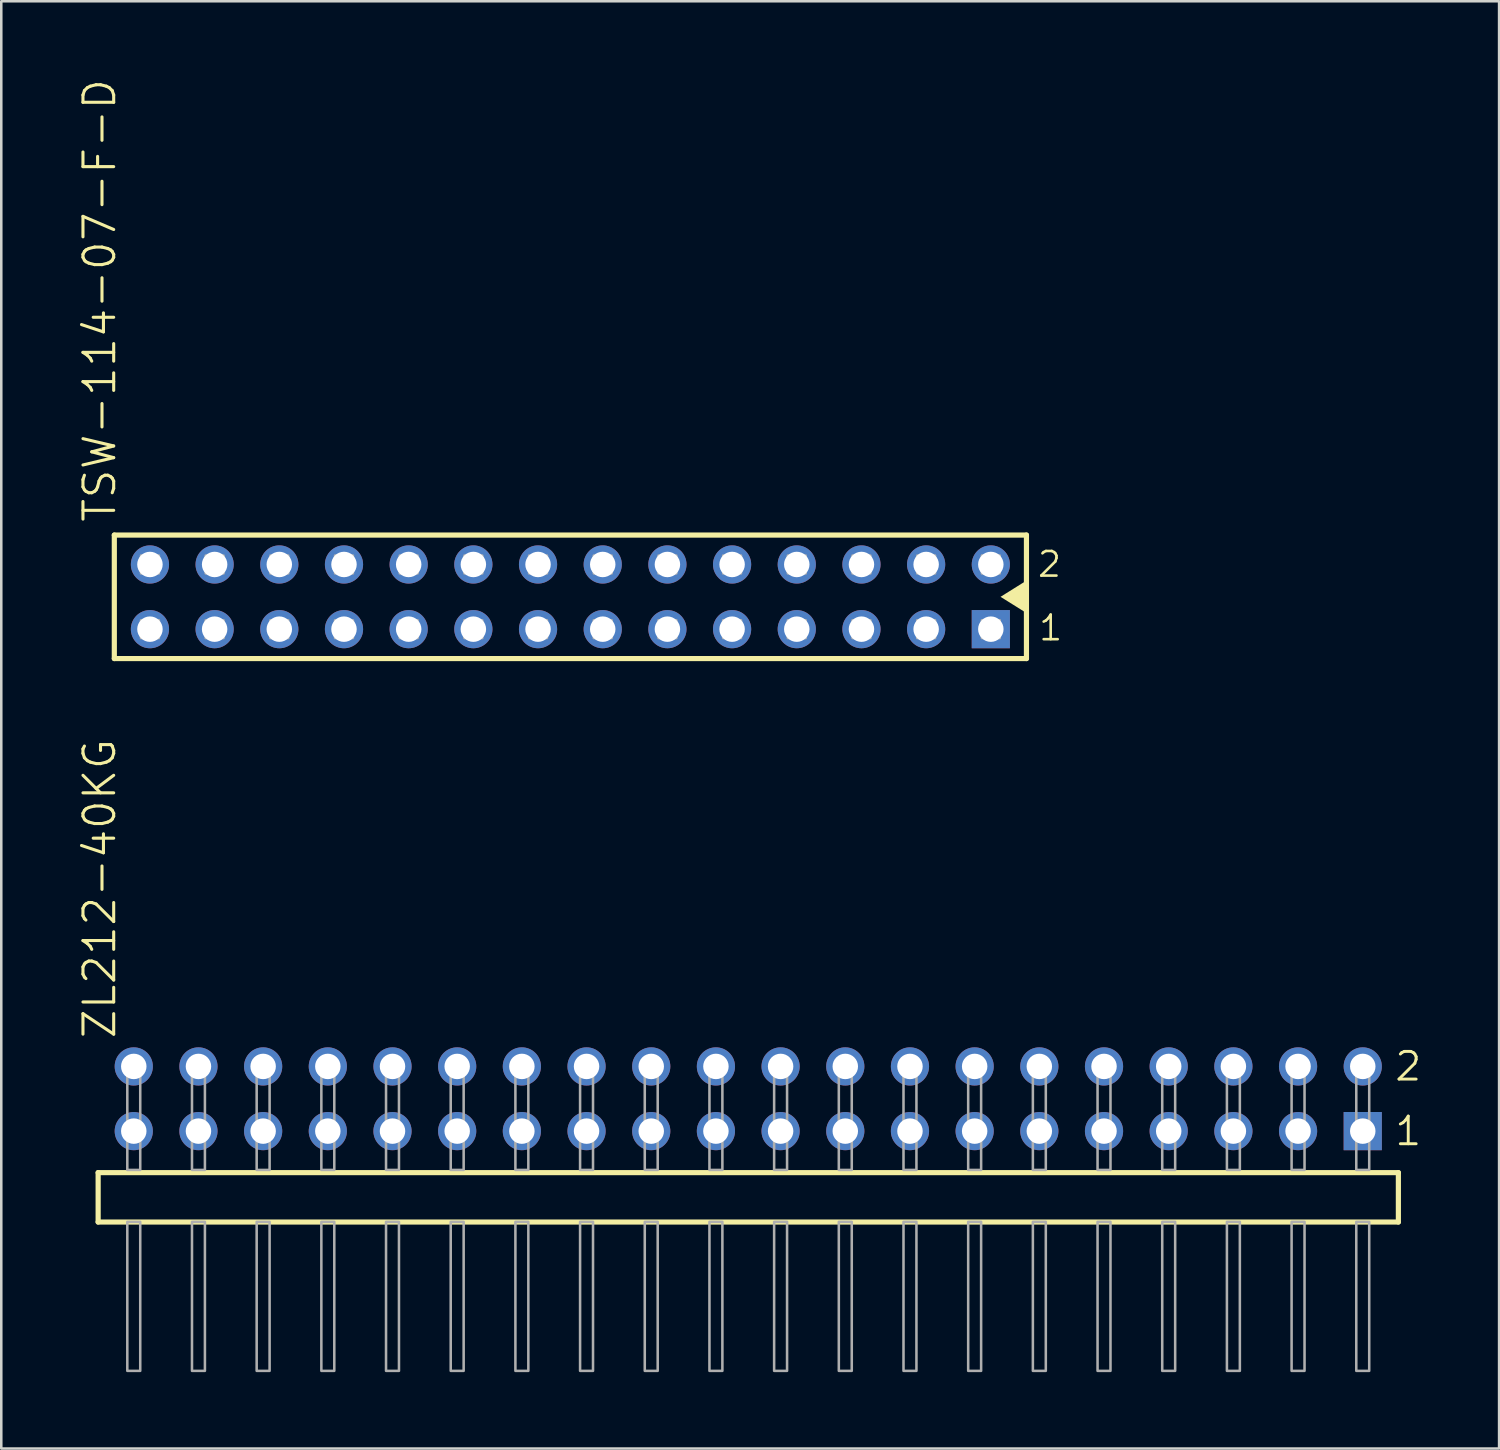
<source format=kicad_pcb>
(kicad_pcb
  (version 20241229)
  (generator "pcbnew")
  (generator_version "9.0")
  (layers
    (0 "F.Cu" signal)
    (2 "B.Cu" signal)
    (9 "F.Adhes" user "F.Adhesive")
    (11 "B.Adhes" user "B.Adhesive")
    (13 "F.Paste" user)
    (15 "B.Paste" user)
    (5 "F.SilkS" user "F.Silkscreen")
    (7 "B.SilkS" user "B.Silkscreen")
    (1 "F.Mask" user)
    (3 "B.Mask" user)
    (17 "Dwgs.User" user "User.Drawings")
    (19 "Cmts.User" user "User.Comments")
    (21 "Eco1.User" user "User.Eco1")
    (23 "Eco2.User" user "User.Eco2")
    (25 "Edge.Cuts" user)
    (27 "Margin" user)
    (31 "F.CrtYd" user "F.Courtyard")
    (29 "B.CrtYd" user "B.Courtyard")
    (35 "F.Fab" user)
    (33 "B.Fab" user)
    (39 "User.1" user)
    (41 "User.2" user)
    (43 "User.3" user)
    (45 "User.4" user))
  (footprint "ZL212-40KG"
    (layer "F.Cu")
    (at 2.203 41.367)
    (property "Reference" "ZL212-40KG" (at -0.635 -3.556 90) (layer "F.SilkS") (effects (font (size 1.206 1.206) (thickness 0.121)) (justify left bottom)))
    (attr through_hole)
    (fp_line (start -1.399 1.63) (end -1.399 3.57) (stroke (width 0.203) (type solid)) (layer "F.SilkS"))
    (fp_line (start -1.399 3.57) (end 49.659 3.57) (stroke (width 0.203) (type solid)) (layer "F.SilkS"))
    (fp_line (start 49.659 1.63) (end -1.399 1.63) (stroke (width 0.203) (type solid)) (layer "F.SilkS"))
    (fp_line (start 49.659 3.57) (end 49.659 1.63) (stroke (width 0.203) (type solid)) (layer "F.SilkS"))
    (fp_poly (pts (xy -0.254 1.524) (xy 0.254 1.524) (xy 0.254 -2.794) (xy -0.254 -2.794)) (stroke (width 0.1) (type solid)) (fill no) (layer "F.Fab"))
    (fp_poly (pts (xy -0.254 9.414) (xy 0.254 9.414) (xy 0.254 3.564) (xy -0.254 3.564)) (stroke (width 0.1) (type solid)) (fill no) (layer "F.Fab"))
    (fp_poly (pts (xy 2.286 1.524) (xy 2.794 1.524) (xy 2.794 -2.794) (xy 2.286 -2.794)) (stroke (width 0.1) (type solid)) (fill no) (layer "F.Fab"))
    (fp_poly (pts (xy 2.286 9.414) (xy 2.794 9.414) (xy 2.794 3.564) (xy 2.286 3.564)) (stroke (width 0.1) (type solid)) (fill no) (layer "F.Fab"))
    (fp_poly (pts (xy 4.826 1.524) (xy 5.334 1.524) (xy 5.334 -2.794) (xy 4.826 -2.794)) (stroke (width 0.1) (type solid)) (fill no) (layer "F.Fab"))
    (fp_poly (pts (xy 4.826 9.414) (xy 5.334 9.414) (xy 5.334 3.564) (xy 4.826 3.564)) (stroke (width 0.1) (type solid)) (fill no) (layer "F.Fab"))
    (fp_poly (pts (xy 7.366 1.524) (xy 7.874 1.524) (xy 7.874 -2.794) (xy 7.366 -2.794)) (stroke (width 0.1) (type solid)) (fill no) (layer "F.Fab"))
    (fp_poly (pts (xy 7.366 9.414) (xy 7.874 9.414) (xy 7.874 3.564) (xy 7.366 3.564)) (stroke (width 0.1) (type solid)) (fill no) (layer "F.Fab"))
    (fp_poly (pts (xy 9.906 1.524) (xy 10.414 1.524) (xy 10.414 -2.794) (xy 9.906 -2.794)) (stroke (width 0.1) (type solid)) (fill no) (layer "F.Fab"))
    (fp_poly (pts (xy 9.906 9.414) (xy 10.414 9.414) (xy 10.414 3.564) (xy 9.906 3.564)) (stroke (width 0.1) (type solid)) (fill no) (layer "F.Fab"))
    (fp_poly (pts (xy 12.446 1.524) (xy 12.954 1.524) (xy 12.954 -2.794) (xy 12.446 -2.794)) (stroke (width 0.1) (type solid)) (fill no) (layer "F.Fab"))
    (fp_poly (pts (xy 12.446 9.414) (xy 12.954 9.414) (xy 12.954 3.564) (xy 12.446 3.564)) (stroke (width 0.1) (type solid)) (fill no) (layer "F.Fab"))
    (fp_poly (pts (xy 14.986 1.524) (xy 15.494 1.524) (xy 15.494 -2.794) (xy 14.986 -2.794)) (stroke (width 0.1) (type solid)) (fill no) (layer "F.Fab"))
    (fp_poly (pts (xy 14.986 9.414) (xy 15.494 9.414) (xy 15.494 3.564) (xy 14.986 3.564)) (stroke (width 0.1) (type solid)) (fill no) (layer "F.Fab"))
    (fp_poly (pts (xy 17.526 1.524) (xy 18.034 1.524) (xy 18.034 -2.794) (xy 17.526 -2.794)) (stroke (width 0.1) (type solid)) (fill no) (layer "F.Fab"))
    (fp_poly (pts (xy 17.526 9.414) (xy 18.034 9.414) (xy 18.034 3.564) (xy 17.526 3.564)) (stroke (width 0.1) (type solid)) (fill no) (layer "F.Fab"))
    (fp_poly (pts (xy 20.066 1.524) (xy 20.574 1.524) (xy 20.574 -2.794) (xy 20.066 -2.794)) (stroke (width 0.1) (type solid)) (fill no) (layer "F.Fab"))
    (fp_poly (pts (xy 20.066 9.414) (xy 20.574 9.414) (xy 20.574 3.564) (xy 20.066 3.564)) (stroke (width 0.1) (type solid)) (fill no) (layer "F.Fab"))
    (fp_poly (pts (xy 22.606 1.524) (xy 23.114 1.524) (xy 23.114 -2.794) (xy 22.606 -2.794)) (stroke (width 0.1) (type solid)) (fill no) (layer "F.Fab"))
    (fp_poly (pts (xy 22.606 9.414) (xy 23.114 9.414) (xy 23.114 3.564) (xy 22.606 3.564)) (stroke (width 0.1) (type solid)) (fill no) (layer "F.Fab"))
    (fp_poly (pts (xy 25.146 1.524) (xy 25.654 1.524) (xy 25.654 -2.794) (xy 25.146 -2.794)) (stroke (width 0.1) (type solid)) (fill no) (layer "F.Fab"))
    (fp_poly (pts (xy 25.146 9.414) (xy 25.654 9.414) (xy 25.654 3.564) (xy 25.146 3.564)) (stroke (width 0.1) (type solid)) (fill no) (layer "F.Fab"))
    (fp_poly (pts (xy 27.686 1.524) (xy 28.194 1.524) (xy 28.194 -2.794) (xy 27.686 -2.794)) (stroke (width 0.1) (type solid)) (fill no) (layer "F.Fab"))
    (fp_poly (pts (xy 27.686 9.414) (xy 28.194 9.414) (xy 28.194 3.564) (xy 27.686 3.564)) (stroke (width 0.1) (type solid)) (fill no) (layer "F.Fab"))
    (fp_poly (pts (xy 30.226 1.524) (xy 30.734 1.524) (xy 30.734 -2.794) (xy 30.226 -2.794)) (stroke (width 0.1) (type solid)) (fill no) (layer "F.Fab"))
    (fp_poly (pts (xy 30.226 9.414) (xy 30.734 9.414) (xy 30.734 3.564) (xy 30.226 3.564)) (stroke (width 0.1) (type solid)) (fill no) (layer "F.Fab"))
    (fp_poly (pts (xy 32.766 1.524) (xy 33.274 1.524) (xy 33.274 -2.794) (xy 32.766 -2.794)) (stroke (width 0.1) (type solid)) (fill no) (layer "F.Fab"))
    (fp_poly (pts (xy 32.766 9.414) (xy 33.274 9.414) (xy 33.274 3.564) (xy 32.766 3.564)) (stroke (width 0.1) (type solid)) (fill no) (layer "F.Fab"))
    (fp_poly (pts (xy 35.306 1.524) (xy 35.814 1.524) (xy 35.814 -2.794) (xy 35.306 -2.794)) (stroke (width 0.1) (type solid)) (fill no) (layer "F.Fab"))
    (fp_poly (pts (xy 35.306 9.414) (xy 35.814 9.414) (xy 35.814 3.564) (xy 35.306 3.564)) (stroke (width 0.1) (type solid)) (fill no) (layer "F.Fab"))
    (fp_poly (pts (xy 37.846 1.524) (xy 38.354 1.524) (xy 38.354 -2.794) (xy 37.846 -2.794)) (stroke (width 0.1) (type solid)) (fill no) (layer "F.Fab"))
    (fp_poly (pts (xy 37.846 9.414) (xy 38.354 9.414) (xy 38.354 3.564) (xy 37.846 3.564)) (stroke (width 0.1) (type solid)) (fill no) (layer "F.Fab"))
    (fp_poly (pts (xy 40.386 1.524) (xy 40.894 1.524) (xy 40.894 -2.794) (xy 40.386 -2.794)) (stroke (width 0.1) (type solid)) (fill no) (layer "F.Fab"))
    (fp_poly (pts (xy 40.386 9.414) (xy 40.894 9.414) (xy 40.894 3.564) (xy 40.386 3.564)) (stroke (width 0.1) (type solid)) (fill no) (layer "F.Fab"))
    (fp_poly (pts (xy 42.926 1.524) (xy 43.434 1.524) (xy 43.434 -2.794) (xy 42.926 -2.794)) (stroke (width 0.1) (type solid)) (fill no) (layer "F.Fab"))
    (fp_poly (pts (xy 42.926 9.414) (xy 43.434 9.414) (xy 43.434 3.564) (xy 42.926 3.564)) (stroke (width 0.1) (type solid)) (fill no) (layer "F.Fab"))
    (fp_poly (pts (xy 45.466 1.524) (xy 45.974 1.524) (xy 45.974 -2.794) (xy 45.466 -2.794)) (stroke (width 0.1) (type solid)) (fill no) (layer "F.Fab"))
    (fp_poly (pts (xy 45.466 9.414) (xy 45.974 9.414) (xy 45.974 3.564) (xy 45.466 3.564)) (stroke (width 0.1) (type solid)) (fill no) (layer "F.Fab"))
    (fp_poly (pts (xy 48.006 1.524) (xy 48.514 1.524) (xy 48.514 -2.794) (xy 48.006 -2.794)) (stroke (width 0.1) (type solid)) (fill no) (layer "F.Fab"))
    (fp_poly (pts (xy 48.006 9.414) (xy 48.514 9.414) (xy 48.514 3.564) (xy 48.006 3.564)) (stroke (width 0.1) (type solid)) (fill no) (layer "F.Fab"))
    (fp_text user "2" (at 49.454 -1.905 0) (layer "F.SilkS") (effects (font (size 1.086 1.086) (thickness 0.114)) (justify left bottom)))
    (fp_text user "1" (at 49.454 0.635 0) (layer "F.SilkS") (effects (font (size 1.086 1.086) (thickness 0.114)) (justify left bottom)))
    (pad "1" thru_hole rect (at 48.26 0) (size 1.5 1.5) (drill 1) (layers "*.Cu" "*.Mask"))
    (pad "2" thru_hole circle (at 48.26 -2.54) (size 1.5 1.5) (drill 1) (layers "*.Cu" "*.Mask"))
    (pad "3" thru_hole circle (at 45.72 0) (size 1.5 1.5) (drill 1) (layers "*.Cu" "*.Mask"))
    (pad "4" thru_hole circle (at 45.72 -2.54) (size 1.5 1.5) (drill 1) (layers "*.Cu" "*.Mask"))
    (pad "5" thru_hole circle (at 43.18 0) (size 1.5 1.5) (drill 1) (layers "*.Cu" "*.Mask"))
    (pad "6" thru_hole circle (at 43.18 -2.54) (size 1.5 1.5) (drill 1) (layers "*.Cu" "*.Mask"))
    (pad "7" thru_hole circle (at 40.64 0) (size 1.5 1.5) (drill 1) (layers "*.Cu" "*.Mask"))
    (pad "8" thru_hole circle (at 40.64 -2.54) (size 1.5 1.5) (drill 1) (layers "*.Cu" "*.Mask"))
    (pad "9" thru_hole circle (at 38.1 0) (size 1.5 1.5) (drill 1) (layers "*.Cu" "*.Mask"))
    (pad "10" thru_hole circle (at 38.1 -2.54) (size 1.5 1.5) (drill 1) (layers "*.Cu" "*.Mask"))
    (pad "11" thru_hole circle (at 35.56 0) (size 1.5 1.5) (drill 1) (layers "*.Cu" "*.Mask"))
    (pad "12" thru_hole circle (at 35.56 -2.54) (size 1.5 1.5) (drill 1) (layers "*.Cu" "*.Mask"))
    (pad "13" thru_hole circle (at 33.02 0) (size 1.5 1.5) (drill 1) (layers "*.Cu" "*.Mask"))
    (pad "14" thru_hole circle (at 33.02 -2.54) (size 1.5 1.5) (drill 1) (layers "*.Cu" "*.Mask"))
    (pad "15" thru_hole circle (at 30.48 0) (size 1.5 1.5) (drill 1) (layers "*.Cu" "*.Mask"))
    (pad "16" thru_hole circle (at 30.48 -2.54) (size 1.5 1.5) (drill 1) (layers "*.Cu" "*.Mask"))
    (pad "17" thru_hole circle (at 27.94 0) (size 1.5 1.5) (drill 1) (layers "*.Cu" "*.Mask"))
    (pad "18" thru_hole circle (at 27.94 -2.54) (size 1.5 1.5) (drill 1) (layers "*.Cu" "*.Mask"))
    (pad "19" thru_hole circle (at 25.4 0) (size 1.5 1.5) (drill 1) (layers "*.Cu" "*.Mask"))
    (pad "20" thru_hole circle (at 25.4 -2.54) (size 1.5 1.5) (drill 1) (layers "*.Cu" "*.Mask"))
    (pad "21" thru_hole circle (at 22.86 0) (size 1.5 1.5) (drill 1) (layers "*.Cu" "*.Mask"))
    (pad "22" thru_hole circle (at 22.86 -2.54) (size 1.5 1.5) (drill 1) (layers "*.Cu" "*.Mask"))
    (pad "23" thru_hole circle (at 20.32 0) (size 1.5 1.5) (drill 1) (layers "*.Cu" "*.Mask"))
    (pad "24" thru_hole circle (at 20.32 -2.54) (size 1.5 1.5) (drill 1) (layers "*.Cu" "*.Mask"))
    (pad "25" thru_hole circle (at 17.78 0) (size 1.5 1.5) (drill 1) (layers "*.Cu" "*.Mask"))
    (pad "26" thru_hole circle (at 17.78 -2.54) (size 1.5 1.5) (drill 1) (layers "*.Cu" "*.Mask"))
    (pad "27" thru_hole circle (at 15.24 0) (size 1.5 1.5) (drill 1) (layers "*.Cu" "*.Mask"))
    (pad "28" thru_hole circle (at 15.24 -2.54) (size 1.5 1.5) (drill 1) (layers "*.Cu" "*.Mask"))
    (pad "29" thru_hole circle (at 12.7 0) (size 1.5 1.5) (drill 1) (layers "*.Cu" "*.Mask"))
    (pad "30" thru_hole circle (at 12.7 -2.54) (size 1.5 1.5) (drill 1) (layers "*.Cu" "*.Mask"))
    (pad "31" thru_hole circle (at 10.16 0) (size 1.5 1.5) (drill 1) (layers "*.Cu" "*.Mask"))
    (pad "32" thru_hole circle (at 10.16 -2.54) (size 1.5 1.5) (drill 1) (layers "*.Cu" "*.Mask"))
    (pad "33" thru_hole circle (at 7.62 0) (size 1.5 1.5) (drill 1) (layers "*.Cu" "*.Mask"))
    (pad "34" thru_hole circle (at 7.62 -2.54) (size 1.5 1.5) (drill 1) (layers "*.Cu" "*.Mask"))
    (pad "35" thru_hole circle (at 5.08 0) (size 1.5 1.5) (drill 1) (layers "*.Cu" "*.Mask"))
    (pad "36" thru_hole circle (at 5.08 -2.54) (size 1.5 1.5) (drill 1) (layers "*.Cu" "*.Mask"))
    (pad "37" thru_hole circle (at 2.54 0) (size 1.5 1.5) (drill 1) (layers "*.Cu" "*.Mask"))
    (pad "38" thru_hole circle (at 2.54 -2.54) (size 1.5 1.5) (drill 1) (layers "*.Cu" "*.Mask"))
    (pad "39" thru_hole circle (at 0 0) (size 1.5 1.5) (drill 1) (layers "*.Cu" "*.Mask"))
    (pad "40" thru_hole circle (at 0 -2.54) (size 1.5 1.5) (drill 1) (layers "*.Cu" "*.Mask")))
  (footprint "TSW-114-07-F-D"
    (layer "F.Cu")
    (at 2.838 21.656)
    (property "Reference" "TSW-114-07-F-D" (at -1.27 -4.128 90) (layer "F.SilkS") (effects (font (size 1.206 1.206) (thickness 0.121)) (justify left bottom)))
    (attr through_hole)
    (fp_line (start -1.399 -3.695) (end 34.419 -3.695) (stroke (width 0.203) (type solid)) (layer "F.SilkS"))
    (fp_line (start -1.399 1.155) (end -1.399 -3.695) (stroke (width 0.203) (type solid)) (layer "F.SilkS"))
    (fp_line (start 34.419 -3.695) (end 34.419 1.155) (stroke (width 0.203) (type solid)) (layer "F.SilkS"))
    (fp_line (start 34.419 1.155) (end -1.399 1.155) (stroke (width 0.203) (type solid)) (layer "F.SilkS"))
    (fp_poly (pts (xy 34.417 -1.905) (xy 33.401 -1.27) (xy 34.417 -0.635)) (stroke (width 0) (type solid)) (fill yes) (layer "F.SilkS"))
    (fp_poly (pts (xy -0.35 -2.19) (xy 0.35 -2.19) (xy 0.35 -2.89) (xy -0.35 -2.89)) (stroke (width 0.1) (type solid)) (fill no) (layer "F.Fab"))
    (fp_poly (pts (xy -0.35 0.35) (xy 0.35 0.35) (xy 0.35 -0.35) (xy -0.35 -0.35)) (stroke (width 0.1) (type solid)) (fill no) (layer "F.Fab"))
    (fp_poly (pts (xy 2.19 -2.19) (xy 2.89 -2.19) (xy 2.89 -2.89) (xy 2.19 -2.89)) (stroke (width 0.1) (type solid)) (fill no) (layer "F.Fab"))
    (fp_poly (pts (xy 2.19 0.35) (xy 2.89 0.35) (xy 2.89 -0.35) (xy 2.19 -0.35)) (stroke (width 0.1) (type solid)) (fill no) (layer "F.Fab"))
    (fp_poly (pts (xy 4.73 -2.19) (xy 5.43 -2.19) (xy 5.43 -2.89) (xy 4.73 -2.89)) (stroke (width 0.1) (type solid)) (fill no) (layer "F.Fab"))
    (fp_poly (pts (xy 4.73 0.35) (xy 5.43 0.35) (xy 5.43 -0.35) (xy 4.73 -0.35)) (stroke (width 0.1) (type solid)) (fill no) (layer "F.Fab"))
    (fp_poly (pts (xy 7.27 -2.19) (xy 7.97 -2.19) (xy 7.97 -2.89) (xy 7.27 -2.89)) (stroke (width 0.1) (type solid)) (fill no) (layer "F.Fab"))
    (fp_poly (pts (xy 7.27 0.35) (xy 7.97 0.35) (xy 7.97 -0.35) (xy 7.27 -0.35)) (stroke (width 0.1) (type solid)) (fill no) (layer "F.Fab"))
    (fp_poly (pts (xy 9.81 -2.19) (xy 10.51 -2.19) (xy 10.51 -2.89) (xy 9.81 -2.89)) (stroke (width 0.1) (type solid)) (fill no) (layer "F.Fab"))
    (fp_poly (pts (xy 9.81 0.35) (xy 10.51 0.35) (xy 10.51 -0.35) (xy 9.81 -0.35)) (stroke (width 0.1) (type solid)) (fill no) (layer "F.Fab"))
    (fp_poly (pts (xy 12.35 -2.19) (xy 13.05 -2.19) (xy 13.05 -2.89) (xy 12.35 -2.89)) (stroke (width 0.1) (type solid)) (fill no) (layer "F.Fab"))
    (fp_poly (pts (xy 12.35 0.35) (xy 13.05 0.35) (xy 13.05 -0.35) (xy 12.35 -0.35)) (stroke (width 0.1) (type solid)) (fill no) (layer "F.Fab"))
    (fp_poly (pts (xy 14.89 -2.19) (xy 15.59 -2.19) (xy 15.59 -2.89) (xy 14.89 -2.89)) (stroke (width 0.1) (type solid)) (fill no) (layer "F.Fab"))
    (fp_poly (pts (xy 14.89 0.35) (xy 15.59 0.35) (xy 15.59 -0.35) (xy 14.89 -0.35)) (stroke (width 0.1) (type solid)) (fill no) (layer "F.Fab"))
    (fp_poly (pts (xy 17.43 -2.19) (xy 18.13 -2.19) (xy 18.13 -2.89) (xy 17.43 -2.89)) (stroke (width 0.1) (type solid)) (fill no) (layer "F.Fab"))
    (fp_poly (pts (xy 17.43 0.35) (xy 18.13 0.35) (xy 18.13 -0.35) (xy 17.43 -0.35)) (stroke (width 0.1) (type solid)) (fill no) (layer "F.Fab"))
    (fp_poly (pts (xy 19.97 -2.19) (xy 20.67 -2.19) (xy 20.67 -2.89) (xy 19.97 -2.89)) (stroke (width 0.1) (type solid)) (fill no) (layer "F.Fab"))
    (fp_poly (pts (xy 19.97 0.35) (xy 20.67 0.35) (xy 20.67 -0.35) (xy 19.97 -0.35)) (stroke (width 0.1) (type solid)) (fill no) (layer "F.Fab"))
    (fp_poly (pts (xy 22.51 -2.19) (xy 23.21 -2.19) (xy 23.21 -2.89) (xy 22.51 -2.89)) (stroke (width 0.1) (type solid)) (fill no) (layer "F.Fab"))
    (fp_poly (pts (xy 22.51 0.35) (xy 23.21 0.35) (xy 23.21 -0.35) (xy 22.51 -0.35)) (stroke (width 0.1) (type solid)) (fill no) (layer "F.Fab"))
    (fp_poly (pts (xy 25.05 -2.19) (xy 25.75 -2.19) (xy 25.75 -2.89) (xy 25.05 -2.89)) (stroke (width 0.1) (type solid)) (fill no) (layer "F.Fab"))
    (fp_poly (pts (xy 25.05 0.35) (xy 25.75 0.35) (xy 25.75 -0.35) (xy 25.05 -0.35)) (stroke (width 0.1) (type solid)) (fill no) (layer "F.Fab"))
    (fp_poly (pts (xy 27.59 -2.19) (xy 28.29 -2.19) (xy 28.29 -2.89) (xy 27.59 -2.89)) (stroke (width 0.1) (type solid)) (fill no) (layer "F.Fab"))
    (fp_poly (pts (xy 27.59 0.35) (xy 28.29 0.35) (xy 28.29 -0.35) (xy 27.59 -0.35)) (stroke (width 0.1) (type solid)) (fill no) (layer "F.Fab"))
    (fp_poly (pts (xy 30.13 -2.19) (xy 30.83 -2.19) (xy 30.83 -2.89) (xy 30.13 -2.89)) (stroke (width 0.1) (type solid)) (fill no) (layer "F.Fab"))
    (fp_poly (pts (xy 30.13 0.35) (xy 30.83 0.35) (xy 30.83 -0.35) (xy 30.13 -0.35)) (stroke (width 0.1) (type solid)) (fill no) (layer "F.Fab"))
    (fp_poly (pts (xy 32.67 -2.19) (xy 33.37 -2.19) (xy 33.37 -2.89) (xy 32.67 -2.89)) (stroke (width 0.1) (type solid)) (fill no) (layer "F.Fab"))
    (fp_poly (pts (xy 32.67 0.35) (xy 33.37 0.35) (xy 33.37 -0.35) (xy 32.67 -0.35)) (stroke (width 0.1) (type solid)) (fill no) (layer "F.Fab"))
    (fp_text user "1" (at 34.844 0.516 0) (layer "F.SilkS") (effects (font (size 0.965 0.965) (thickness 0.102)) (justify left bottom)))
    (fp_text user "2" (at 34.796 -1.982 0) (layer "F.SilkS") (effects (font (size 0.965 0.965) (thickness 0.102)) (justify left bottom)))
    (pad "1" thru_hole rect (at 33.02 0 180) (size 1.5 1.5) (drill 1) (layers "*.Cu" "*.Mask"))
    (pad "2" thru_hole circle (at 33.02 -2.54 180) (size 1.5 1.5) (drill 1) (layers "*.Cu" "*.Mask"))
    (pad "3" thru_hole circle (at 30.48 0 180) (size 1.5 1.5) (drill 1) (layers "*.Cu" "*.Mask"))
    (pad "4" thru_hole circle (at 30.48 -2.54 180) (size 1.5 1.5) (drill 1) (layers "*.Cu" "*.Mask"))
    (pad "5" thru_hole circle (at 27.94 0 180) (size 1.5 1.5) (drill 1) (layers "*.Cu" "*.Mask"))
    (pad "6" thru_hole circle (at 27.94 -2.54 180) (size 1.5 1.5) (drill 1) (layers "*.Cu" "*.Mask"))
    (pad "7" thru_hole circle (at 25.4 0 180) (size 1.5 1.5) (drill 1) (layers "*.Cu" "*.Mask"))
    (pad "8" thru_hole circle (at 25.4 -2.54 180) (size 1.5 1.5) (drill 1) (layers "*.Cu" "*.Mask"))
    (pad "9" thru_hole circle (at 22.86 0 180) (size 1.5 1.5) (drill 1) (layers "*.Cu" "*.Mask"))
    (pad "10" thru_hole circle (at 22.86 -2.54 180) (size 1.5 1.5) (drill 1) (layers "*.Cu" "*.Mask"))
    (pad "11" thru_hole circle (at 20.32 0 180) (size 1.5 1.5) (drill 1) (layers "*.Cu" "*.Mask"))
    (pad "12" thru_hole circle (at 20.32 -2.54 180) (size 1.5 1.5) (drill 1) (layers "*.Cu" "*.Mask"))
    (pad "13" thru_hole circle (at 17.78 0 180) (size 1.5 1.5) (drill 1) (layers "*.Cu" "*.Mask"))
    (pad "14" thru_hole circle (at 17.78 -2.54 180) (size 1.5 1.5) (drill 1) (layers "*.Cu" "*.Mask"))
    (pad "15" thru_hole circle (at 15.24 0 180) (size 1.5 1.5) (drill 1) (layers "*.Cu" "*.Mask"))
    (pad "16" thru_hole circle (at 15.24 -2.54 180) (size 1.5 1.5) (drill 1) (layers "*.Cu" "*.Mask"))
    (pad "17" thru_hole circle (at 12.7 0 180) (size 1.5 1.5) (drill 1) (layers "*.Cu" "*.Mask"))
    (pad "18" thru_hole circle (at 12.7 -2.54 180) (size 1.5 1.5) (drill 1) (layers "*.Cu" "*.Mask"))
    (pad "19" thru_hole circle (at 10.16 0 180) (size 1.5 1.5) (drill 1) (layers "*.Cu" "*.Mask"))
    (pad "20" thru_hole circle (at 10.16 -2.54 180) (size 1.5 1.5) (drill 1) (layers "*.Cu" "*.Mask"))
    (pad "21" thru_hole circle (at 7.62 0 180) (size 1.5 1.5) (drill 1) (layers "*.Cu" "*.Mask"))
    (pad "22" thru_hole circle (at 7.62 -2.54 180) (size 1.5 1.5) (drill 1) (layers "*.Cu" "*.Mask"))
    (pad "23" thru_hole circle (at 5.08 0 180) (size 1.5 1.5) (drill 1) (layers "*.Cu" "*.Mask"))
    (pad "24" thru_hole circle (at 5.08 -2.54 180) (size 1.5 1.5) (drill 1) (layers "*.Cu" "*.Mask"))
    (pad "25" thru_hole circle (at 2.54 0 180) (size 1.5 1.5) (drill 1) (layers "*.Cu" "*.Mask"))
    (pad "26" thru_hole circle (at 2.54 -2.54 180) (size 1.5 1.5) (drill 1) (layers "*.Cu" "*.Mask"))
    (pad "27" thru_hole circle (at 0 0 180) (size 1.5 1.5) (drill 1) (layers "*.Cu" "*.Mask"))
    (pad "28" thru_hole circle (at 0 -2.54 180) (size 1.5 1.5) (drill 1) (layers "*.Cu" "*.Mask")))
  (gr_rect
    (start -3 -3)
    (end 55.817 53.831)
    (stroke (width 0.1) (type default))
    (fill no)
    (layer "Edge.Cuts")))
</source>
